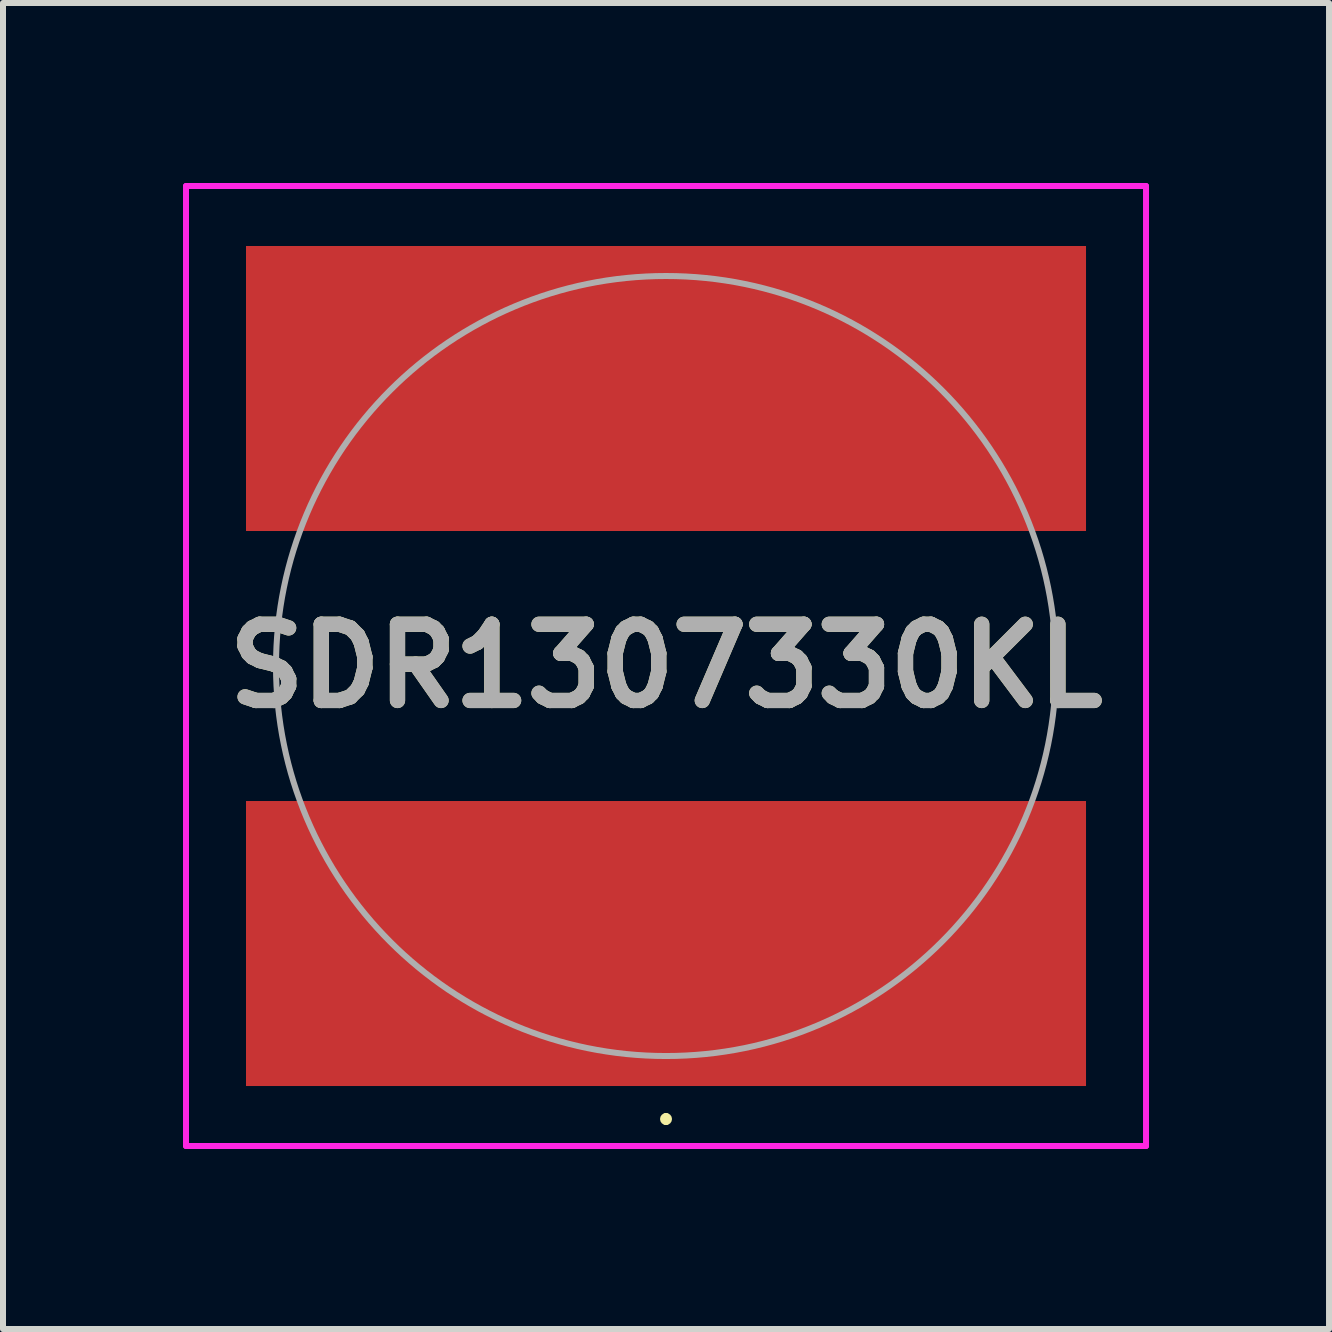
<source format=kicad_pcb>
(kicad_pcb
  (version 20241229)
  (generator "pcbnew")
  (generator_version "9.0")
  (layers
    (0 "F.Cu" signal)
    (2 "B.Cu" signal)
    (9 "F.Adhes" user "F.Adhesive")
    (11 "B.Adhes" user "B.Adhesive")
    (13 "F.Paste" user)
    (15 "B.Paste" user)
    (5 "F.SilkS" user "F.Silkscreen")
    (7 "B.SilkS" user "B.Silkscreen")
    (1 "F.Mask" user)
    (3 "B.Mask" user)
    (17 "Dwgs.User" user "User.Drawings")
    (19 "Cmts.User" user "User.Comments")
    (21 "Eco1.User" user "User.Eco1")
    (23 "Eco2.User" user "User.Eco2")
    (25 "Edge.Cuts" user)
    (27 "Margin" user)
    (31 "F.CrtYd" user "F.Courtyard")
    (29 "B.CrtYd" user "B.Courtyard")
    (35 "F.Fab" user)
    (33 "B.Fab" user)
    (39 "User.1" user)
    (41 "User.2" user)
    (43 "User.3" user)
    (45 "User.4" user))
  (footprint "SDR1307330KL"
    (layer "F.Cu")
    (at 8.05 8.05)
    (property "Reference" "SDR1307330KL" (at 0 0 0) (layer "F.SilkS") (effects (font (size 1.27 1.27) (thickness 0.254))))
    (attr smd)
    (fp_line (start 0 7.5) (end 0 7.5) (stroke (width 0.1) (type solid)) (layer "F.SilkS"))
    (fp_line (start 0 7.6) (end 0 7.6) (stroke (width 0.1) (type solid)) (layer "F.SilkS"))
    (fp_arc (start 0 7.5) (mid 0.05 7.55) (end 0 7.6) (stroke (width 0.1) (type solid)) (layer "F.SilkS"))
    (fp_arc (start 0 7.6) (mid -0.05 7.55) (end 0 7.5) (stroke (width 0.1) (type solid)) (layer "F.SilkS"))
    (fp_line (start -8 -8) (end 8 -8) (stroke (width 0.1) (type solid)) (layer "F.CrtYd"))
    (fp_line (start -8 8) (end -8 -8) (stroke (width 0.1) (type solid)) (layer "F.CrtYd"))
    (fp_line (start 8 -8) (end 8 8) (stroke (width 0.1) (type solid)) (layer "F.CrtYd"))
    (fp_line (start 8 8) (end -8 8) (stroke (width 0.1) (type solid)) (layer "F.CrtYd"))
    (fp_line (start -6.5 0) (end -6.5 0) (stroke (width 0.1) (type solid)) (layer "F.Fab"))
    (fp_line (start 6.5 0) (end 6.5 0) (stroke (width 0.1) (type solid)) (layer "F.Fab"))
    (fp_arc (start -6.5 0) (mid 0 -6.5) (end 6.5 0) (stroke (width 0.1) (type solid)) (layer "F.Fab"))
    (fp_arc (start 6.5 0) (mid 0 6.5) (end -6.5 0) (stroke (width 0.1) (type solid)) (layer "F.Fab"))
    (fp_text user "${REFERENCE}" (at 0 0 0) (layer "F.Fab") (effects (font (size 1.27 1.27) (thickness 0.254))))
    (pad "1" smd rect (at 0 4.625 90) (size 4.75 14) (layers "F.Cu" "F.Mask" "F.Paste"))
    (pad "2" smd rect (at 0 -4.625 90) (size 4.75 14) (layers "F.Cu" "F.Mask" "F.Paste")))
  (gr_rect
    (start -3 -3)
    (end 19.1 19.1)
    (stroke (width 0.1) (type default))
    (fill no)
    (layer "Edge.Cuts")))
</source>
